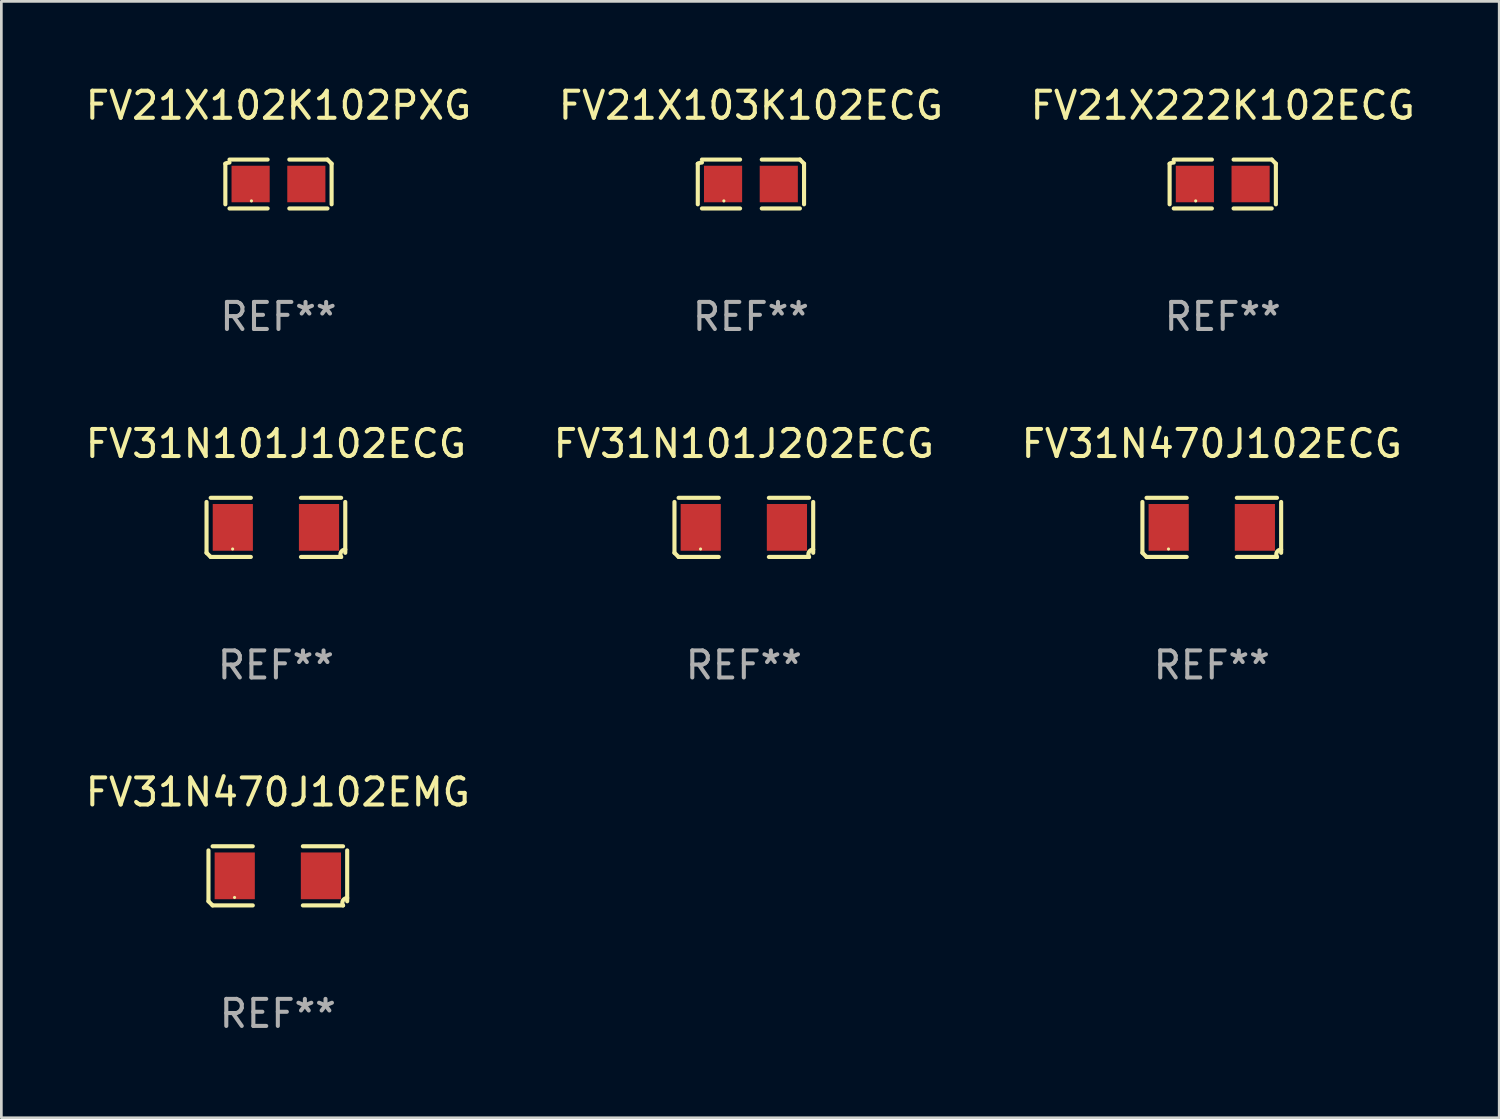
<source format=kicad_pcb>
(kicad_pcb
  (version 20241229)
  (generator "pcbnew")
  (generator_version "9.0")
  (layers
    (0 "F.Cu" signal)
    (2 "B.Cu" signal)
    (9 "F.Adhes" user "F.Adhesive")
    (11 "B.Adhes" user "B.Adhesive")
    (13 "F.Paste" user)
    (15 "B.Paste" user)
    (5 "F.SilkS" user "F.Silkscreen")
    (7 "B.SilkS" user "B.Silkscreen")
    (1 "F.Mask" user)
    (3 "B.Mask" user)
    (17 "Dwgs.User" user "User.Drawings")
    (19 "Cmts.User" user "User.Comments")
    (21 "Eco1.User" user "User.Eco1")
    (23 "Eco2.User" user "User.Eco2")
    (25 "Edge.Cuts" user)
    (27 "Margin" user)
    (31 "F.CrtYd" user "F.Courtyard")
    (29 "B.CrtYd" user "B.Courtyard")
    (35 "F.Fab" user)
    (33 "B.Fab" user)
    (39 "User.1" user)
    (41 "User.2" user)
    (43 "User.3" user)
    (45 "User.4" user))
  (footprint "FV21X103K102ECG"
    (layer "F.Cu")
    (at 24.708 3.752)
    (property "Reference" "FV21X103K102ECG" (at 0 -2.904 0) (layer "F.SilkS") (effects (font (size 1 1) (thickness 0.15))))
    (attr through_hole)
    (fp_line (start -1.964 0.751) (end -1.964 -0.751) (stroke (width 0.152) (type solid)) (layer "F.SilkS"))
    (fp_line (start -1.811 -0.904) (end -0.401 -0.904) (stroke (width 0.152) (type solid)) (layer "F.SilkS"))
    (fp_line (start -0.401 0.904) (end -1.811 0.904) (stroke (width 0.152) (type solid)) (layer "F.SilkS"))
    (fp_line (start 0.401 0.904) (end 1.811 0.904) (stroke (width 0.152) (type solid)) (layer "F.SilkS"))
    (fp_line (start 1.811 -0.904) (end 0.401 -0.904) (stroke (width 0.152) (type solid)) (layer "F.SilkS"))
    (fp_line (start 1.964 0.751) (end 1.964 -0.751) (stroke (width 0.152) (type solid)) (layer "F.SilkS"))
    (fp_arc (start -1.963602 -0.751207) (mid -1.890354 -0.783131) (end -1.811201 -0.794044) (stroke (width 0.1524) (type solid)) (layer "F.SilkS"))
    (fp_arc (start 1.811202 -0.903607) (mid 1.887413 -0.827418) (end 1.963602 -0.751207) (stroke (width 0.1524) (type solid)) (layer "F.SilkS"))
    (fp_circle (center -1 0.625) (end -0.97 0.625) (stroke (width 0.06) (type solid)) (fill no) (layer "F.SilkS"))
    (fp_text user "REF**" (at 0 4.904 0) (layer "F.Fab") (effects (font (size 1 1) (thickness 0.15))))
    (pad "1" smd rect (at -1.03 0) (size 1.41 1.35) (layers "F.Cu" "F.Mask" "F.Paste"))
    (pad "2" smd rect (at 1.03 0) (size 1.41 1.35) (layers "F.Cu" "F.Mask" "F.Paste")))
  (footprint "FV31N101J102ECG"
    (layer "F.Cu")
    (at 7.149 16.445)
    (property "Reference" "FV31N101J102ECG" (at 0 -3.093 0) (layer "F.SilkS") (effects (font (size 1 1) (thickness 0.15))))
    (attr through_hole)
    (fp_line (start -2.564 0.94) (end -2.564 -0.94) (stroke (width 0.152) (type solid)) (layer "F.SilkS"))
    (fp_line (start -2.411 -1.093) (end -0.926 -1.093) (stroke (width 0.152) (type solid)) (layer "F.SilkS"))
    (fp_line (start -0.926 1.093) (end -2.411 1.093) (stroke (width 0.152) (type solid)) (layer "F.SilkS"))
    (fp_line (start 0.926 1.093) (end 2.411 1.093) (stroke (width 0.152) (type solid)) (layer "F.SilkS"))
    (fp_line (start 2.411 -1.093) (end 0.926 -1.093) (stroke (width 0.152) (type solid)) (layer "F.SilkS"))
    (fp_line (start 2.564 0.94) (end 2.564 -0.94) (stroke (width 0.152) (type solid)) (layer "F.SilkS"))
    (fp_arc (start -2.411201 1.092609) (mid -2.487413 1.01642) (end -2.563602 0.940208) (stroke (width 0.1524) (type solid)) (layer "F.SilkS"))
    (fp_arc (start 2.411201 1.092609) (mid 2.407159 0.911226) (end 2.563602 0.819347) (stroke (width 0.1524) (type solid)) (layer "F.SilkS"))
    (fp_circle (center -1.6 0.8) (end -1.57 0.8) (stroke (width 0.06) (type solid)) (fill no) (layer "F.SilkS"))
    (fp_text user "REF**" (at 0 5.093 0) (layer "F.Fab") (effects (font (size 1 1) (thickness 0.15))))
    (pad "1" smd rect (at -1.593 0) (size 1.485 1.728) (layers "F.Cu" "F.Mask" "F.Paste"))
    (pad "2" smd rect (at 1.593 0) (size 1.485 1.728) (layers "F.Cu" "F.Mask" "F.Paste")))
  (footprint "FV31N470J102EMG"
    (layer "F.Cu")
    (at 7.22 29.326)
    (property "Reference" "FV31N470J102EMG" (at 0 -3.093 0) (layer "F.SilkS") (effects (font (size 1 1) (thickness 0.15))))
    (attr through_hole)
    (fp_line (start -2.564 0.94) (end -2.564 -0.94) (stroke (width 0.152) (type solid)) (layer "F.SilkS"))
    (fp_line (start -2.411 -1.093) (end -0.926 -1.093) (stroke (width 0.152) (type solid)) (layer "F.SilkS"))
    (fp_line (start -0.926 1.093) (end -2.411 1.093) (stroke (width 0.152) (type solid)) (layer "F.SilkS"))
    (fp_line (start 0.926 1.093) (end 2.411 1.093) (stroke (width 0.152) (type solid)) (layer "F.SilkS"))
    (fp_line (start 2.411 -1.093) (end 0.926 -1.093) (stroke (width 0.152) (type solid)) (layer "F.SilkS"))
    (fp_line (start 2.564 0.94) (end 2.564 -0.94) (stroke (width 0.152) (type solid)) (layer "F.SilkS"))
    (fp_arc (start -2.411201 1.092609) (mid -2.487413 1.01642) (end -2.563602 0.940208) (stroke (width 0.1524) (type solid)) (layer "F.SilkS"))
    (fp_arc (start 2.411201 1.092609) (mid 2.407159 0.911226) (end 2.563602 0.819347) (stroke (width 0.1524) (type solid)) (layer "F.SilkS"))
    (fp_circle (center -1.6 0.8) (end -1.57 0.8) (stroke (width 0.06) (type solid)) (fill no) (layer "F.SilkS"))
    (fp_text user "REF**" (at 0 5.093 0) (layer "F.Fab") (effects (font (size 1 1) (thickness 0.15))))
    (pad "1" smd rect (at -1.593 0) (size 1.485 1.728) (layers "F.Cu" "F.Mask" "F.Paste"))
    (pad "2" smd rect (at 1.593 0) (size 1.485 1.728) (layers "F.Cu" "F.Mask" "F.Paste")))
  (footprint "FV31N101J202ECG"
    (layer "F.Cu")
    (at 24.446 16.445)
    (property "Reference" "FV31N101J202ECG" (at 0 -3.093 0) (layer "F.SilkS") (effects (font (size 1 1) (thickness 0.15))))
    (attr through_hole)
    (fp_line (start -2.564 0.94) (end -2.564 -0.94) (stroke (width 0.152) (type solid)) (layer "F.SilkS"))
    (fp_line (start -2.411 -1.093) (end -0.926 -1.093) (stroke (width 0.152) (type solid)) (layer "F.SilkS"))
    (fp_line (start -0.926 1.093) (end -2.411 1.093) (stroke (width 0.152) (type solid)) (layer "F.SilkS"))
    (fp_line (start 0.926 1.093) (end 2.411 1.093) (stroke (width 0.152) (type solid)) (layer "F.SilkS"))
    (fp_line (start 2.411 -1.093) (end 0.926 -1.093) (stroke (width 0.152) (type solid)) (layer "F.SilkS"))
    (fp_line (start 2.564 0.94) (end 2.564 -0.94) (stroke (width 0.152) (type solid)) (layer "F.SilkS"))
    (fp_arc (start -2.411201 1.092609) (mid -2.487413 1.01642) (end -2.563602 0.940208) (stroke (width 0.1524) (type solid)) (layer "F.SilkS"))
    (fp_arc (start 2.411201 1.092609) (mid 2.407159 0.911226) (end 2.563602 0.819347) (stroke (width 0.1524) (type solid)) (layer "F.SilkS"))
    (fp_circle (center -1.6 0.8) (end -1.57 0.8) (stroke (width 0.06) (type solid)) (fill no) (layer "F.SilkS"))
    (fp_text user "REF**" (at 0 5.093 0) (layer "F.Fab") (effects (font (size 1 1) (thickness 0.15))))
    (pad "1" smd rect (at -1.593 0) (size 1.485 1.728) (layers "F.Cu" "F.Mask" "F.Paste"))
    (pad "2" smd rect (at 1.593 0) (size 1.485 1.728) (layers "F.Cu" "F.Mask" "F.Paste")))
  (footprint "FV21X222K102ECG"
    (layer "F.Cu")
    (at 42.149 3.752)
    (property "Reference" "FV21X222K102ECG" (at 0 -2.904 0) (layer "F.SilkS") (effects (font (size 1 1) (thickness 0.15))))
    (attr through_hole)
    (fp_line (start -1.964 0.751) (end -1.964 -0.751) (stroke (width 0.152) (type solid)) (layer "F.SilkS"))
    (fp_line (start -1.811 -0.904) (end -0.401 -0.904) (stroke (width 0.152) (type solid)) (layer "F.SilkS"))
    (fp_line (start -0.401 0.904) (end -1.811 0.904) (stroke (width 0.152) (type solid)) (layer "F.SilkS"))
    (fp_line (start 0.401 0.904) (end 1.811 0.904) (stroke (width 0.152) (type solid)) (layer "F.SilkS"))
    (fp_line (start 1.811 -0.904) (end 0.401 -0.904) (stroke (width 0.152) (type solid)) (layer "F.SilkS"))
    (fp_line (start 1.964 0.751) (end 1.964 -0.751) (stroke (width 0.152) (type solid)) (layer "F.SilkS"))
    (fp_arc (start -1.963602 -0.751207) (mid -1.890354 -0.783131) (end -1.811201 -0.794044) (stroke (width 0.1524) (type solid)) (layer "F.SilkS"))
    (fp_arc (start 1.811202 -0.903607) (mid 1.887413 -0.827418) (end 1.963602 -0.751207) (stroke (width 0.1524) (type solid)) (layer "F.SilkS"))
    (fp_circle (center -1 0.625) (end -0.97 0.625) (stroke (width 0.06) (type solid)) (fill no) (layer "F.SilkS"))
    (fp_text user "REF**" (at 0 4.904 0) (layer "F.Fab") (effects (font (size 1 1) (thickness 0.15))))
    (pad "1" smd rect (at -1.03 0) (size 1.41 1.35) (layers "F.Cu" "F.Mask" "F.Paste"))
    (pad "2" smd rect (at 1.03 0) (size 1.41 1.35) (layers "F.Cu" "F.Mask" "F.Paste")))
  (footprint "FV21X102K102PXG"
    (layer "F.Cu")
    (at 7.244 3.752)
    (property "Reference" "FV21X102K102PXG" (at 0 -2.904 0) (layer "F.SilkS") (effects (font (size 1 1) (thickness 0.15))))
    (attr through_hole)
    (fp_line (start -1.964 0.751) (end -1.964 -0.751) (stroke (width 0.152) (type solid)) (layer "F.SilkS"))
    (fp_line (start -1.811 -0.904) (end -0.401 -0.904) (stroke (width 0.152) (type solid)) (layer "F.SilkS"))
    (fp_line (start -0.401 0.904) (end -1.811 0.904) (stroke (width 0.152) (type solid)) (layer "F.SilkS"))
    (fp_line (start 0.401 0.904) (end 1.811 0.904) (stroke (width 0.152) (type solid)) (layer "F.SilkS"))
    (fp_line (start 1.811 -0.904) (end 0.401 -0.904) (stroke (width 0.152) (type solid)) (layer "F.SilkS"))
    (fp_line (start 1.964 0.751) (end 1.964 -0.751) (stroke (width 0.152) (type solid)) (layer "F.SilkS"))
    (fp_arc (start -1.963602 -0.751207) (mid -1.890354 -0.783131) (end -1.811201 -0.794044) (stroke (width 0.1524) (type solid)) (layer "F.SilkS"))
    (fp_arc (start 1.811202 -0.903607) (mid 1.887413 -0.827418) (end 1.963602 -0.751207) (stroke (width 0.1524) (type solid)) (layer "F.SilkS"))
    (fp_circle (center -1 0.625) (end -0.97 0.625) (stroke (width 0.06) (type solid)) (fill no) (layer "F.SilkS"))
    (fp_text user "REF**" (at 0 4.904 0) (layer "F.Fab") (effects (font (size 1 1) (thickness 0.15))))
    (pad "1" smd rect (at -1.03 0) (size 1.41 1.35) (layers "F.Cu" "F.Mask" "F.Paste"))
    (pad "2" smd rect (at 1.03 0) (size 1.41 1.35) (layers "F.Cu" "F.Mask" "F.Paste")))
  (footprint "FV31N470J102ECG"
    (layer "F.Cu")
    (at 41.744 16.445)
    (property "Reference" "FV31N470J102ECG" (at 0 -3.093 0) (layer "F.SilkS") (effects (font (size 1 1) (thickness 0.15))))
    (attr through_hole)
    (fp_line (start -2.564 0.94) (end -2.564 -0.94) (stroke (width 0.152) (type solid)) (layer "F.SilkS"))
    (fp_line (start -2.411 -1.093) (end -0.926 -1.093) (stroke (width 0.152) (type solid)) (layer "F.SilkS"))
    (fp_line (start -0.926 1.093) (end -2.411 1.093) (stroke (width 0.152) (type solid)) (layer "F.SilkS"))
    (fp_line (start 0.926 1.093) (end 2.411 1.093) (stroke (width 0.152) (type solid)) (layer "F.SilkS"))
    (fp_line (start 2.411 -1.093) (end 0.926 -1.093) (stroke (width 0.152) (type solid)) (layer "F.SilkS"))
    (fp_line (start 2.564 0.94) (end 2.564 -0.94) (stroke (width 0.152) (type solid)) (layer "F.SilkS"))
    (fp_arc (start -2.411201 1.092609) (mid -2.487413 1.01642) (end -2.563602 0.940208) (stroke (width 0.1524) (type solid)) (layer "F.SilkS"))
    (fp_arc (start 2.411201 1.092609) (mid 2.407159 0.911226) (end 2.563602 0.819347) (stroke (width 0.1524) (type solid)) (layer "F.SilkS"))
    (fp_circle (center -1.6 0.8) (end -1.57 0.8) (stroke (width 0.06) (type solid)) (fill no) (layer "F.SilkS"))
    (fp_text user "REF**" (at 0 5.093 0) (layer "F.Fab") (effects (font (size 1 1) (thickness 0.15))))
    (pad "1" smd rect (at -1.593 0) (size 1.485 1.728) (layers "F.Cu" "F.Mask" "F.Paste"))
    (pad "2" smd rect (at 1.593 0) (size 1.485 1.728) (layers "F.Cu" "F.Mask" "F.Paste")))
  (gr_rect
    (start -3 -3)
    (end 52.369 38.267)
    (stroke (width 0.1) (type default))
    (fill no)
    (layer "Edge.Cuts")))
</source>
